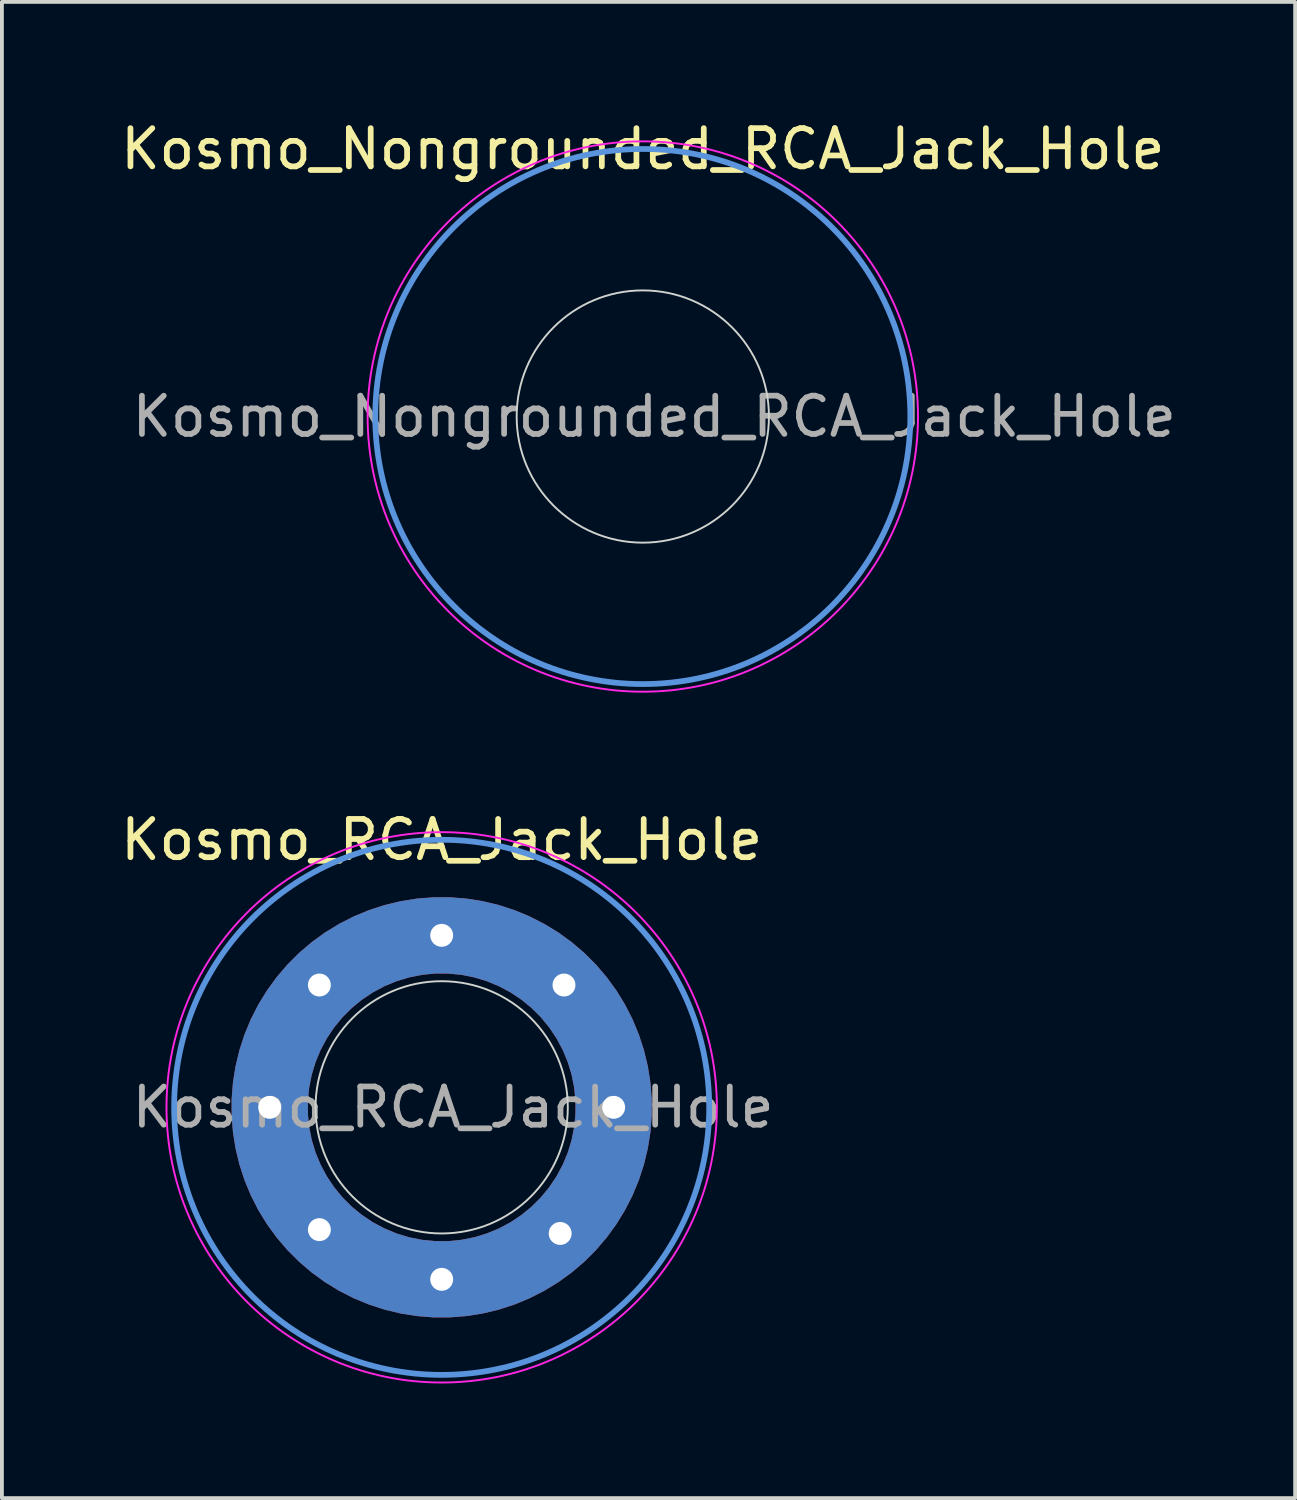
<source format=kicad_pcb>
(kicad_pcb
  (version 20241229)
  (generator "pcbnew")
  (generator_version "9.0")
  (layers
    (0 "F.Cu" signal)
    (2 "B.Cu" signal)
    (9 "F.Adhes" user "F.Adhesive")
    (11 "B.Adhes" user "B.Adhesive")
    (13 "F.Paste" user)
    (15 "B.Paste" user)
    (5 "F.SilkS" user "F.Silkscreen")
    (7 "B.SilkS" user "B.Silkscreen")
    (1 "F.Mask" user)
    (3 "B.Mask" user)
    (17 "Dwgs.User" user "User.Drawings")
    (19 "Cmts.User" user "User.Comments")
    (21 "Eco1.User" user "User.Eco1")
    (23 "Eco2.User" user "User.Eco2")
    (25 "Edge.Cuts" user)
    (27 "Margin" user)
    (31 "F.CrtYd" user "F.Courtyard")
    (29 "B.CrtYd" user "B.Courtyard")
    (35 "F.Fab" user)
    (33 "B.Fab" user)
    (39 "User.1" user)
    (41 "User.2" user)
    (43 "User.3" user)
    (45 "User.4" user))
  (footprint "Kosmo_RCA_Jack_Hole"
    (layer "F.Cu")
    (at 8.506 25.922)
    (property "Reference" "Kosmo_RCA_Jack_Hole" (at 0 -7 0) (layer "F.SilkS") (effects (font (size 1 1) (thickness 0.15))))
    (attr exclude_from_pos_files exclude_from_bom)
    (fp_circle (center 0 0) (end 7 0) (stroke (width 0.15) (type solid)) (fill no) (layer "Cmts.User"))
    (fp_circle (center 0 0) (end 3.3 0) (stroke (width 0.05) (type solid)) (fill no) (layer "Edge.Cuts"))
    (fp_circle (center 0 0) (end 7.2 0) (stroke (width 0.05) (type solid)) (fill no) (layer "F.CrtYd"))
    (fp_text user "${REFERENCE}" (at 0.3 0 0) (layer "F.Fab") (effects (font (size 1 1) (thickness 0.15))))
    (pad "1" smd custom (at -4.5 0) (size 0.5 0.5) (layers "F.Cu" "F.Mask" "F.Paste") (options (anchor circle)) (primitives (gr_circle (center 4.5 0) (end 9 0) (width 2) (fill no))))
    (pad "1" smd custom (at -4.5 0) (size 0.5 0.5) (layers "B.Cu" "B.Mask" "B.Paste") (options (anchor circle)) (primitives (gr_circle (center 4.5 0) (end 9 0) (width 2) (fill no))))
    (pad "1" thru_hole circle (at -4.5 0) (size 0.8 0.8) (drill 0.6) (layers "*.Cu" "*.Mask"))
    (pad "1" thru_hole circle (at -3.2 -3.2) (size 0.8 0.8) (drill 0.6) (layers "*.Cu" "*.Mask"))
    (pad "1" thru_hole circle (at -3.2 3.2) (size 0.8 0.8) (drill 0.6) (layers "*.Cu" "*.Mask"))
    (pad "1" thru_hole circle (at 0 -4.5) (size 0.8 0.8) (drill 0.6) (layers "*.Cu" "*.Mask"))
    (pad "1" thru_hole circle (at 0 4.5) (size 0.8 0.8) (drill 0.6) (layers "*.Cu" "*.Mask"))
    (pad "1" thru_hole circle (at 3.1 3.3) (size 0.8 0.8) (drill 0.6) (layers "*.Cu" "*.Mask"))
    (pad "1" thru_hole circle (at 3.2 -3.2) (size 0.8 0.8) (drill 0.6) (layers "*.Cu" "*.Mask"))
    (pad "1" thru_hole circle (at 4.5 0) (size 0.8 0.8) (drill 0.6) (layers "*.Cu" "*.Mask")))
  (footprint "Kosmo_Nongrounded_RCA_Jack_Hole"
    (layer "F.Cu")
    (at 13.768 7.848)
    (property "Reference" "Kosmo_Nongrounded_RCA_Jack_Hole" (at 0 -7 0) (layer "F.SilkS") (effects (font (size 1 1) (thickness 0.15))))
    (attr exclude_from_pos_files exclude_from_bom)
    (fp_circle (center 0 0) (end 7 0) (stroke (width 0.15) (type solid)) (fill no) (layer "Cmts.User"))
    (fp_circle (center 0 0) (end 3.3 0) (stroke (width 0.05) (type solid)) (fill no) (layer "Edge.Cuts"))
    (fp_circle (center 0 0) (end 7.2 0) (stroke (width 0.05) (type solid)) (fill no) (layer "F.CrtYd"))
    (fp_text user "${REFERENCE}" (at 0.3 0 0) (layer "F.Fab") (effects (font (size 1 1) (thickness 0.15)))))
  (gr_rect
    (start -3 -3)
    (end 30.836 36.147)
    (stroke (width 0.1) (type default))
    (fill no)
    (layer "Edge.Cuts")))
</source>
